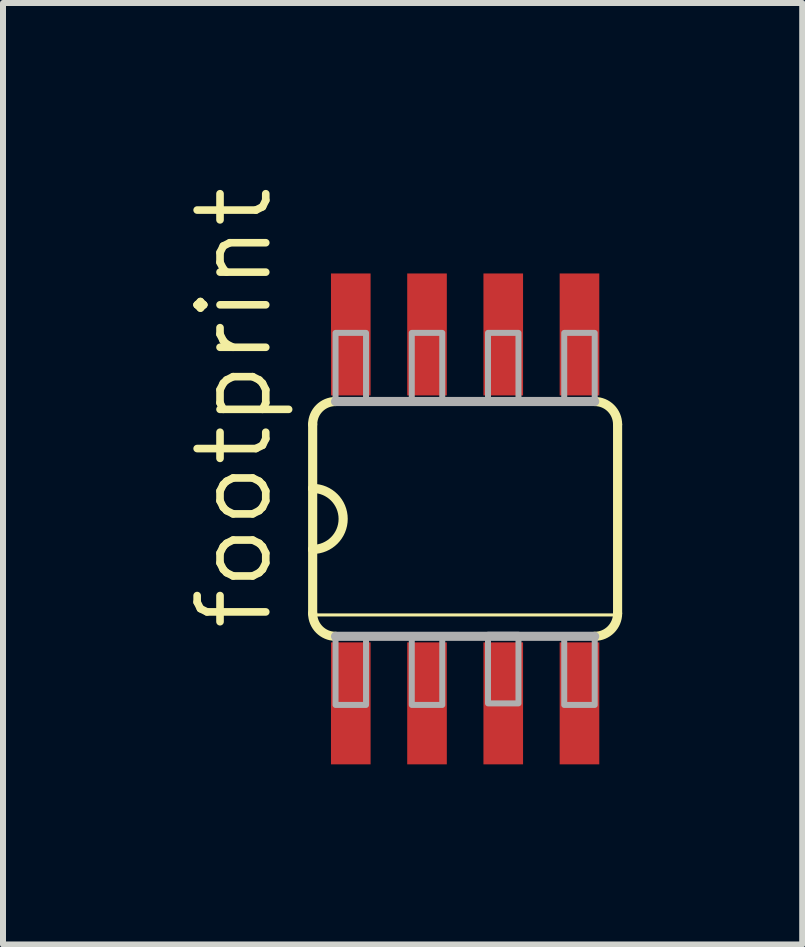
<source format=kicad_pcb>
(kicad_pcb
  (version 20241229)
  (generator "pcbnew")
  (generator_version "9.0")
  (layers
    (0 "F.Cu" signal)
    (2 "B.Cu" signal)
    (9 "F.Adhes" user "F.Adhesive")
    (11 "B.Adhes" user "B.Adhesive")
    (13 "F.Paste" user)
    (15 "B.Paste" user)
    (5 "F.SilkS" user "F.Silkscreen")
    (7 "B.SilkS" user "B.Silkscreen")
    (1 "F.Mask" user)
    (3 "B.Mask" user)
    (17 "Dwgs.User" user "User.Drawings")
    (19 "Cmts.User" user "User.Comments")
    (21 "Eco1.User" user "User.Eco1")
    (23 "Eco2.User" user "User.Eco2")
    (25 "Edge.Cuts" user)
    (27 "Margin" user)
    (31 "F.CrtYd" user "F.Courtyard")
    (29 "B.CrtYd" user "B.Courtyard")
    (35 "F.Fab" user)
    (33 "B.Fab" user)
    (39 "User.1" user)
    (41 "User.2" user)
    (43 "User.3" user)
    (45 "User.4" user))
  (footprint "footprint"
    (layer "F.Cu")
    (at 4.699 5.595)
    (property "Reference" "footprint" (at -3.175 1.905 90) (layer "F.SilkS") (effects (font (size 1.143 1.143) (thickness 0.127)) (justify left bottom)))
    (fp_line (start -2.54 -1.575) (end -2.54 -0.508) (stroke (width 0.152) (type solid)) (layer "F.SilkS"))
    (fp_line (start -2.54 -0.508) (end -2.54 0.508) (stroke (width 0.152) (type solid)) (layer "F.SilkS"))
    (fp_line (start -2.54 0.508) (end -2.54 1.575) (stroke (width 0.152) (type solid)) (layer "F.SilkS"))
    (fp_line (start -2.54 1.6) (end 2.54 1.6) (stroke (width 0.051) (type solid)) (layer "F.SilkS"))
    (fp_line (start 2.54 1.575) (end 2.54 -1.575) (stroke (width 0.152) (type solid)) (layer "F.SilkS"))
    (fp_arc (start -2.54 -1.5748) (mid -2.428408 -1.844208) (end -2.159 -1.9558) (stroke (width 0.1524) (type solid)) (layer "F.SilkS"))
    (fp_arc (start -2.54 -0.508) (mid -2.032 0) (end -2.54 0.508) (stroke (width 0.1524) (type solid)) (layer "F.SilkS"))
    (fp_arc (start -2.159 1.9558) (mid -2.428408 1.844208) (end -2.54 1.5748) (stroke (width 0.1524) (type solid)) (layer "F.SilkS"))
    (fp_arc (start 2.159 -1.9558) (mid 2.428408 -1.844208) (end 2.54 -1.5748) (stroke (width 0.1524) (type solid)) (layer "F.SilkS"))
    (fp_arc (start 2.54 1.5748) (mid 2.428408 1.844208) (end 2.159 1.9558) (stroke (width 0.1524) (type solid)) (layer "F.SilkS"))
    (fp_line (start -2.159 1.956) (end 2.159 1.956) (stroke (width 0.152) (type solid)) (layer "F.Fab"))
    (fp_line (start 2.159 -1.956) (end -2.159 -1.956) (stroke (width 0.152) (type solid)) (layer "F.Fab"))
    (fp_poly (pts (xy -2.159 -1.956) (xy -1.651 -1.956) (xy -1.651 -3.099) (xy -2.159 -3.099)) (stroke (width 0.1) (type solid)) (fill no) (layer "F.Fab"))
    (fp_poly (pts (xy -2.159 3.099) (xy -1.651 3.099) (xy -1.651 1.956) (xy -2.159 1.956)) (stroke (width 0.1) (type solid)) (fill no) (layer "F.Fab"))
    (fp_poly (pts (xy -0.889 -1.956) (xy -0.381 -1.956) (xy -0.381 -3.099) (xy -0.889 -3.099)) (stroke (width 0.1) (type solid)) (fill no) (layer "F.Fab"))
    (fp_poly (pts (xy -0.889 3.099) (xy -0.381 3.099) (xy -0.381 1.956) (xy -0.889 1.956)) (stroke (width 0.1) (type solid)) (fill no) (layer "F.Fab"))
    (fp_poly (pts (xy 0.381 -1.956) (xy 0.889 -1.956) (xy 0.889 -3.099) (xy 0.381 -3.099)) (stroke (width 0.1) (type solid)) (fill no) (layer "F.Fab"))
    (fp_poly (pts (xy 0.381 3.073) (xy 0.889 3.073) (xy 0.889 1.93) (xy 0.381 1.93)) (stroke (width 0.1) (type solid)) (fill no) (layer "F.Fab"))
    (fp_poly (pts (xy 1.651 -1.956) (xy 2.159 -1.956) (xy 2.159 -3.099) (xy 1.651 -3.099)) (stroke (width 0.1) (type solid)) (fill no) (layer "F.Fab"))
    (fp_poly (pts (xy 1.651 3.099) (xy 2.159 3.099) (xy 2.159 1.956) (xy 1.651 1.956)) (stroke (width 0.1) (type solid)) (fill no) (layer "F.Fab"))
    (pad "1" smd rect (at -1.905 3.073) (size 0.66 2.032) (layers "F.Cu" "F.Mask" "F.Paste"))
    (pad "2" smd rect (at -0.635 3.073) (size 0.66 2.032) (layers "F.Cu" "F.Mask" "F.Paste"))
    (pad "3" smd rect (at 0.635 3.073) (size 0.66 2.032) (layers "F.Cu" "F.Mask" "F.Paste"))
    (pad "4" smd rect (at 1.905 3.073) (size 0.66 2.032) (layers "F.Cu" "F.Mask" "F.Paste"))
    (pad "5" smd rect (at 1.905 -3.073) (size 0.66 2.032) (layers "F.Cu" "F.Mask" "F.Paste"))
    (pad "6" smd rect (at 0.635 -3.073) (size 0.66 2.032) (layers "F.Cu" "F.Mask" "F.Paste"))
    (pad "7" smd rect (at -0.635 -3.073) (size 0.66 2.032) (layers "F.Cu" "F.Mask" "F.Paste"))
    (pad "8" smd rect (at -1.905 -3.073) (size 0.66 2.032) (layers "F.Cu" "F.Mask" "F.Paste")))
  (gr_rect
    (start -3 -3)
    (end 10.315 12.685)
    (stroke (width 0.1) (type default))
    (fill no)
    (layer "Edge.Cuts")))
</source>
